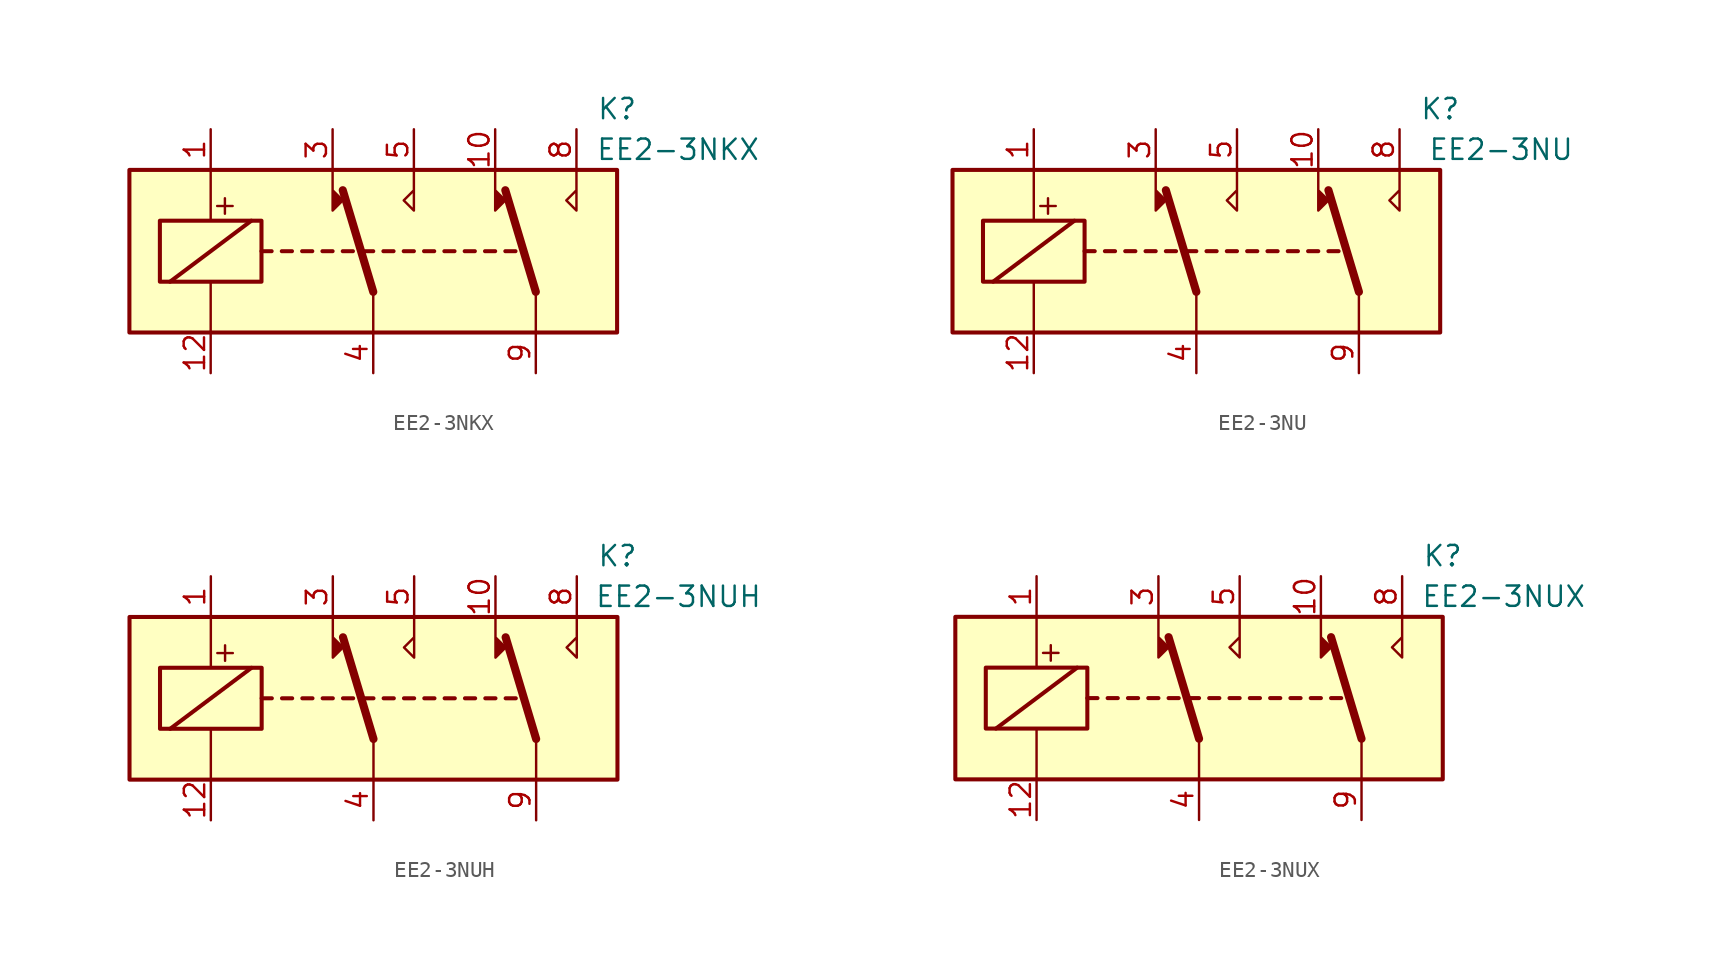
<source format=kicad_sym>
(kicad_symbol_lib
  (version 20201005)
  (generator kicad_symbol_editor)
  (symbol "EE2-3NKX"
    (property "Reference" "K"
      (at 15.24 8.89 0)
      (effects (font (size 1.27 1.27))))
    (property "Value" "EE2-3NKX"
      (at 19.05 6.35 0)
      (effects (font (size 1.27 1.27))))
    (symbol "EE2-3NKX_1_1"
      (text "+" (at -9.271 2.921 0) (effects (font (size 1.27 1.27))))
      (rectangle (start -13.335 1.905) (end -6.985 -1.905) (stroke (width 0.254)) (fill (type none)))
      (rectangle (start -15.24 5.08) (end 15.24 -5.08) (stroke (width 0.254)) (fill (type background)))
      (polyline (pts (xy -12.7 -1.905) (xy -7.62 1.905)) (stroke (width 0.254)) (fill (type none)))
      (polyline (pts (xy -10.16 -5.08) (xy -10.16 -1.905)) (stroke (width 0)) (fill (type none)))
      (polyline (pts (xy -10.16 5.08) (xy -10.16 1.905)) (stroke (width 0)) (fill (type none)))
      (polyline (pts (xy -6.985 0) (xy -6.35 0)) (stroke (width 0.254)) (fill (type none)))
      (polyline (pts (xy -5.715 0) (xy -5.08 0)) (stroke (width 0.254)) (fill (type none)))
      (polyline (pts (xy -4.445 0) (xy -3.81 0)) (stroke (width 0.254)) (fill (type none)))
      (polyline (pts (xy -3.175 0) (xy -2.54 0)) (stroke (width 0.254)) (fill (type none)))
      (polyline (pts (xy -1.905 0) (xy -1.27 0)) (stroke (width 0.254)) (fill (type none)))
      (polyline (pts (xy -0.635 0) (xy 0 0)) (stroke (width 0.254)) (fill (type none)))
      (polyline (pts (xy 0 -2.54) (xy -1.905 3.81)) (stroke (width 0.508)) (fill (type none)))
      (polyline (pts (xy 0 -2.54) (xy 0 -5.08)) (stroke (width 0)) (fill (type none)))
      (polyline (pts (xy 0.635 0) (xy 1.27 0)) (stroke (width 0.254)) (fill (type none)))
      (polyline (pts (xy 1.905 0) (xy 2.54 0)) (stroke (width 0.254)) (fill (type none)))
      (polyline (pts (xy 3.175 0) (xy 3.81 0)) (stroke (width 0.254)) (fill (type none)))
      (polyline (pts (xy 4.445 0) (xy 5.08 0)) (stroke (width 0.254)) (fill (type none)))
      (polyline (pts (xy 5.715 0) (xy 6.35 0)) (stroke (width 0.254)) (fill (type none)))
      (polyline (pts (xy 6.985 0) (xy 7.62 0)) (stroke (width 0.254)) (fill (type none)))
      (polyline (pts (xy 8.255 0) (xy 8.89 0)) (stroke (width 0.254)) (fill (type none)))
      (polyline (pts (xy 10.16 -2.54) (xy 8.255 3.81)) (stroke (width 0.508)) (fill (type none)))
      (polyline (pts (xy 10.16 -2.54) (xy 10.16 -5.08)) (stroke (width 0)) (fill (type none)))
      (polyline (pts (xy 2.54 5.08) (xy 2.54 2.54) (xy 1.905 3.175) (xy 2.54 3.81)) (stroke (width 0)) (fill (type none)))
      (polyline (pts (xy 12.7 5.08) (xy 12.7 2.54) (xy 12.065 3.175) (xy 12.7 3.81)) (stroke (width 0)) (fill (type none)))
      (polyline (pts (xy -2.54 5.08) (xy -2.54 2.54) (xy -1.905 3.175) (xy -2.54 3.81)) (stroke (width 0)) (fill (type outline)))
      (polyline (pts (xy 7.62 5.08) (xy 7.62 2.54) (xy 8.255 3.175) (xy 7.62 3.81)) (stroke (width 0)) (fill (type outline)))
      (pin passive line (at -10.16 7.62 270) (length 2.54) (name "~" (effects (font (size 1.27 1.27)))) (number "1" (effects (font (size 1.27 1.27)))))
      (pin passive line (at 7.62 7.62 270) (length 2.54) (name "~" (effects (font (size 1.27 1.27)))) (number "10" (effects (font (size 1.27 1.27)))))
      (pin passive line (at -10.16 -7.62 90) (length 2.54) (name "~" (effects (font (size 1.27 1.27)))) (number "12" (effects (font (size 1.27 1.27)))))
      (pin passive line (at -2.54 7.62 270) (length 2.54) (name "~" (effects (font (size 1.27 1.27)))) (number "3" (effects (font (size 1.27 1.27)))))
      (pin passive line (at 0 -7.62 90) (length 2.54) (name "~" (effects (font (size 1.27 1.27)))) (number "4" (effects (font (size 1.27 1.27)))))
      (pin passive line (at 2.54 7.62 270) (length 2.54) (name "~" (effects (font (size 1.27 1.27)))) (number "5" (effects (font (size 1.27 1.27)))))
      (pin passive line (at 12.7 7.62 270) (length 2.54) (name "~" (effects (font (size 1.27 1.27)))) (number "8" (effects (font (size 1.27 1.27)))))
      (pin passive line (at 10.16 -7.62 90) (length 2.54) (name "~" (effects (font (size 1.27 1.27)))) (number "9" (effects (font (size 1.27 1.27)))))))
  (symbol "EE2-3NU"
    (property "Reference" "K"
      (at 15.24 8.89 0)
      (effects (font (size 1.27 1.27))))
    (property "Value" "EE2-3NU"
      (at 19.05 6.35 0)
      (effects (font (size 1.27 1.27))))
    (symbol "EE2-3NU_1_1"
      (text "+" (at -9.271 2.921 0) (effects (font (size 1.27 1.27))))
      (rectangle (start -13.335 1.905) (end -6.985 -1.905) (stroke (width 0.254)) (fill (type none)))
      (rectangle (start -15.24 5.08) (end 15.24 -5.08) (stroke (width 0.254)) (fill (type background)))
      (polyline (pts (xy -12.7 -1.905) (xy -7.62 1.905)) (stroke (width 0.254)) (fill (type none)))
      (polyline (pts (xy -10.16 -5.08) (xy -10.16 -1.905)) (stroke (width 0)) (fill (type none)))
      (polyline (pts (xy -10.16 5.08) (xy -10.16 1.905)) (stroke (width 0)) (fill (type none)))
      (polyline (pts (xy -6.985 0) (xy -6.35 0)) (stroke (width 0.254)) (fill (type none)))
      (polyline (pts (xy -5.715 0) (xy -5.08 0)) (stroke (width 0.254)) (fill (type none)))
      (polyline (pts (xy -4.445 0) (xy -3.81 0)) (stroke (width 0.254)) (fill (type none)))
      (polyline (pts (xy -3.175 0) (xy -2.54 0)) (stroke (width 0.254)) (fill (type none)))
      (polyline (pts (xy -1.905 0) (xy -1.27 0)) (stroke (width 0.254)) (fill (type none)))
      (polyline (pts (xy -0.635 0) (xy 0 0)) (stroke (width 0.254)) (fill (type none)))
      (polyline (pts (xy 0 -2.54) (xy -1.905 3.81)) (stroke (width 0.508)) (fill (type none)))
      (polyline (pts (xy 0 -2.54) (xy 0 -5.08)) (stroke (width 0)) (fill (type none)))
      (polyline (pts (xy 0.635 0) (xy 1.27 0)) (stroke (width 0.254)) (fill (type none)))
      (polyline (pts (xy 1.905 0) (xy 2.54 0)) (stroke (width 0.254)) (fill (type none)))
      (polyline (pts (xy 3.175 0) (xy 3.81 0)) (stroke (width 0.254)) (fill (type none)))
      (polyline (pts (xy 4.445 0) (xy 5.08 0)) (stroke (width 0.254)) (fill (type none)))
      (polyline (pts (xy 5.715 0) (xy 6.35 0)) (stroke (width 0.254)) (fill (type none)))
      (polyline (pts (xy 6.985 0) (xy 7.62 0)) (stroke (width 0.254)) (fill (type none)))
      (polyline (pts (xy 8.255 0) (xy 8.89 0)) (stroke (width 0.254)) (fill (type none)))
      (polyline (pts (xy 10.16 -2.54) (xy 8.255 3.81)) (stroke (width 0.508)) (fill (type none)))
      (polyline (pts (xy 10.16 -2.54) (xy 10.16 -5.08)) (stroke (width 0)) (fill (type none)))
      (polyline (pts (xy 2.54 5.08) (xy 2.54 2.54) (xy 1.905 3.175) (xy 2.54 3.81)) (stroke (width 0)) (fill (type none)))
      (polyline (pts (xy 12.7 5.08) (xy 12.7 2.54) (xy 12.065 3.175) (xy 12.7 3.81)) (stroke (width 0)) (fill (type none)))
      (polyline (pts (xy -2.54 5.08) (xy -2.54 2.54) (xy -1.905 3.175) (xy -2.54 3.81)) (stroke (width 0)) (fill (type outline)))
      (polyline (pts (xy 7.62 5.08) (xy 7.62 2.54) (xy 8.255 3.175) (xy 7.62 3.81)) (stroke (width 0)) (fill (type outline)))
      (pin passive line (at -10.16 7.62 270) (length 2.54) (name "~" (effects (font (size 1.27 1.27)))) (number "1" (effects (font (size 1.27 1.27)))))
      (pin passive line (at 7.62 7.62 270) (length 2.54) (name "~" (effects (font (size 1.27 1.27)))) (number "10" (effects (font (size 1.27 1.27)))))
      (pin passive line (at -10.16 -7.62 90) (length 2.54) (name "~" (effects (font (size 1.27 1.27)))) (number "12" (effects (font (size 1.27 1.27)))))
      (pin passive line (at -2.54 7.62 270) (length 2.54) (name "~" (effects (font (size 1.27 1.27)))) (number "3" (effects (font (size 1.27 1.27)))))
      (pin passive line (at 0 -7.62 90) (length 2.54) (name "~" (effects (font (size 1.27 1.27)))) (number "4" (effects (font (size 1.27 1.27)))))
      (pin passive line (at 2.54 7.62 270) (length 2.54) (name "~" (effects (font (size 1.27 1.27)))) (number "5" (effects (font (size 1.27 1.27)))))
      (pin passive line (at 12.7 7.62 270) (length 2.54) (name "~" (effects (font (size 1.27 1.27)))) (number "8" (effects (font (size 1.27 1.27)))))
      (pin passive line (at 10.16 -7.62 90) (length 2.54) (name "~" (effects (font (size 1.27 1.27)))) (number "9" (effects (font (size 1.27 1.27)))))))
  (symbol "EE2-3NUH"
    (property "Reference" "K"
      (at 15.24 8.89 0)
      (effects (font (size 1.27 1.27))))
    (property "Value" "EE2-3NUH"
      (at 19.05 6.35 0)
      (effects (font (size 1.27 1.27))))
    (symbol "EE2-3NUH_1_1"
      (text "+" (at -9.271 2.921 0) (effects (font (size 1.27 1.27))))
      (rectangle (start -13.335 1.905) (end -6.985 -1.905) (stroke (width 0.254)) (fill (type none)))
      (rectangle (start -15.24 5.08) (end 15.24 -5.08) (stroke (width 0.254)) (fill (type background)))
      (polyline (pts (xy -12.7 -1.905) (xy -7.62 1.905)) (stroke (width 0.254)) (fill (type none)))
      (polyline (pts (xy -10.16 -5.08) (xy -10.16 -1.905)) (stroke (width 0)) (fill (type none)))
      (polyline (pts (xy -10.16 5.08) (xy -10.16 1.905)) (stroke (width 0)) (fill (type none)))
      (polyline (pts (xy -6.985 0) (xy -6.35 0)) (stroke (width 0.254)) (fill (type none)))
      (polyline (pts (xy -5.715 0) (xy -5.08 0)) (stroke (width 0.254)) (fill (type none)))
      (polyline (pts (xy -4.445 0) (xy -3.81 0)) (stroke (width 0.254)) (fill (type none)))
      (polyline (pts (xy -3.175 0) (xy -2.54 0)) (stroke (width 0.254)) (fill (type none)))
      (polyline (pts (xy -1.905 0) (xy -1.27 0)) (stroke (width 0.254)) (fill (type none)))
      (polyline (pts (xy -0.635 0) (xy 0 0)) (stroke (width 0.254)) (fill (type none)))
      (polyline (pts (xy 0 -2.54) (xy -1.905 3.81)) (stroke (width 0.508)) (fill (type none)))
      (polyline (pts (xy 0 -2.54) (xy 0 -5.08)) (stroke (width 0)) (fill (type none)))
      (polyline (pts (xy 0.635 0) (xy 1.27 0)) (stroke (width 0.254)) (fill (type none)))
      (polyline (pts (xy 1.905 0) (xy 2.54 0)) (stroke (width 0.254)) (fill (type none)))
      (polyline (pts (xy 3.175 0) (xy 3.81 0)) (stroke (width 0.254)) (fill (type none)))
      (polyline (pts (xy 4.445 0) (xy 5.08 0)) (stroke (width 0.254)) (fill (type none)))
      (polyline (pts (xy 5.715 0) (xy 6.35 0)) (stroke (width 0.254)) (fill (type none)))
      (polyline (pts (xy 6.985 0) (xy 7.62 0)) (stroke (width 0.254)) (fill (type none)))
      (polyline (pts (xy 8.255 0) (xy 8.89 0)) (stroke (width 0.254)) (fill (type none)))
      (polyline (pts (xy 10.16 -2.54) (xy 8.255 3.81)) (stroke (width 0.508)) (fill (type none)))
      (polyline (pts (xy 10.16 -2.54) (xy 10.16 -5.08)) (stroke (width 0)) (fill (type none)))
      (polyline (pts (xy 2.54 5.08) (xy 2.54 2.54) (xy 1.905 3.175) (xy 2.54 3.81)) (stroke (width 0)) (fill (type none)))
      (polyline (pts (xy 12.7 5.08) (xy 12.7 2.54) (xy 12.065 3.175) (xy 12.7 3.81)) (stroke (width 0)) (fill (type none)))
      (polyline (pts (xy -2.54 5.08) (xy -2.54 2.54) (xy -1.905 3.175) (xy -2.54 3.81)) (stroke (width 0)) (fill (type outline)))
      (polyline (pts (xy 7.62 5.08) (xy 7.62 2.54) (xy 8.255 3.175) (xy 7.62 3.81)) (stroke (width 0)) (fill (type outline)))
      (pin passive line (at -10.16 7.62 270) (length 2.54) (name "~" (effects (font (size 1.27 1.27)))) (number "1" (effects (font (size 1.27 1.27)))))
      (pin passive line (at 7.62 7.62 270) (length 2.54) (name "~" (effects (font (size 1.27 1.27)))) (number "10" (effects (font (size 1.27 1.27)))))
      (pin passive line (at -10.16 -7.62 90) (length 2.54) (name "~" (effects (font (size 1.27 1.27)))) (number "12" (effects (font (size 1.27 1.27)))))
      (pin passive line (at -2.54 7.62 270) (length 2.54) (name "~" (effects (font (size 1.27 1.27)))) (number "3" (effects (font (size 1.27 1.27)))))
      (pin passive line (at 0 -7.62 90) (length 2.54) (name "~" (effects (font (size 1.27 1.27)))) (number "4" (effects (font (size 1.27 1.27)))))
      (pin passive line (at 2.54 7.62 270) (length 2.54) (name "~" (effects (font (size 1.27 1.27)))) (number "5" (effects (font (size 1.27 1.27)))))
      (pin passive line (at 12.7 7.62 270) (length 2.54) (name "~" (effects (font (size 1.27 1.27)))) (number "8" (effects (font (size 1.27 1.27)))))
      (pin passive line (at 10.16 -7.62 90) (length 2.54) (name "~" (effects (font (size 1.27 1.27)))) (number "9" (effects (font (size 1.27 1.27)))))))
  (symbol "EE2-3NUX"
    (property "Reference" "K"
      (at 15.24 8.89 0)
      (effects (font (size 1.27 1.27))))
    (property "Value" "EE2-3NUX"
      (at 19.05 6.35 0)
      (effects (font (size 1.27 1.27))))
    (symbol "EE2-3NUX_1_1"
      (text "+" (at -9.271 2.921 0) (effects (font (size 1.27 1.27))))
      (rectangle (start -13.335 1.905) (end -6.985 -1.905) (stroke (width 0.254)) (fill (type none)))
      (rectangle (start -15.24 5.08) (end 15.24 -5.08) (stroke (width 0.254)) (fill (type background)))
      (polyline (pts (xy -12.7 -1.905) (xy -7.62 1.905)) (stroke (width 0.254)) (fill (type none)))
      (polyline (pts (xy -10.16 -5.08) (xy -10.16 -1.905)) (stroke (width 0)) (fill (type none)))
      (polyline (pts (xy -10.16 5.08) (xy -10.16 1.905)) (stroke (width 0)) (fill (type none)))
      (polyline (pts (xy -6.985 0) (xy -6.35 0)) (stroke (width 0.254)) (fill (type none)))
      (polyline (pts (xy -5.715 0) (xy -5.08 0)) (stroke (width 0.254)) (fill (type none)))
      (polyline (pts (xy -4.445 0) (xy -3.81 0)) (stroke (width 0.254)) (fill (type none)))
      (polyline (pts (xy -3.175 0) (xy -2.54 0)) (stroke (width 0.254)) (fill (type none)))
      (polyline (pts (xy -1.905 0) (xy -1.27 0)) (stroke (width 0.254)) (fill (type none)))
      (polyline (pts (xy -0.635 0) (xy 0 0)) (stroke (width 0.254)) (fill (type none)))
      (polyline (pts (xy 0 -2.54) (xy -1.905 3.81)) (stroke (width 0.508)) (fill (type none)))
      (polyline (pts (xy 0 -2.54) (xy 0 -5.08)) (stroke (width 0)) (fill (type none)))
      (polyline (pts (xy 0.635 0) (xy 1.27 0)) (stroke (width 0.254)) (fill (type none)))
      (polyline (pts (xy 1.905 0) (xy 2.54 0)) (stroke (width 0.254)) (fill (type none)))
      (polyline (pts (xy 3.175 0) (xy 3.81 0)) (stroke (width 0.254)) (fill (type none)))
      (polyline (pts (xy 4.445 0) (xy 5.08 0)) (stroke (width 0.254)) (fill (type none)))
      (polyline (pts (xy 5.715 0) (xy 6.35 0)) (stroke (width 0.254)) (fill (type none)))
      (polyline (pts (xy 6.985 0) (xy 7.62 0)) (stroke (width 0.254)) (fill (type none)))
      (polyline (pts (xy 8.255 0) (xy 8.89 0)) (stroke (width 0.254)) (fill (type none)))
      (polyline (pts (xy 10.16 -2.54) (xy 8.255 3.81)) (stroke (width 0.508)) (fill (type none)))
      (polyline (pts (xy 10.16 -2.54) (xy 10.16 -5.08)) (stroke (width 0)) (fill (type none)))
      (polyline (pts (xy 2.54 5.08) (xy 2.54 2.54) (xy 1.905 3.175) (xy 2.54 3.81)) (stroke (width 0)) (fill (type none)))
      (polyline (pts (xy 12.7 5.08) (xy 12.7 2.54) (xy 12.065 3.175) (xy 12.7 3.81)) (stroke (width 0)) (fill (type none)))
      (polyline (pts (xy -2.54 5.08) (xy -2.54 2.54) (xy -1.905 3.175) (xy -2.54 3.81)) (stroke (width 0)) (fill (type outline)))
      (polyline (pts (xy 7.62 5.08) (xy 7.62 2.54) (xy 8.255 3.175) (xy 7.62 3.81)) (stroke (width 0)) (fill (type outline)))
      (pin passive line (at -10.16 7.62 270) (length 2.54) (name "~" (effects (font (size 1.27 1.27)))) (number "1" (effects (font (size 1.27 1.27)))))
      (pin passive line (at 7.62 7.62 270) (length 2.54) (name "~" (effects (font (size 1.27 1.27)))) (number "10" (effects (font (size 1.27 1.27)))))
      (pin passive line (at -10.16 -7.62 90) (length 2.54) (name "~" (effects (font (size 1.27 1.27)))) (number "12" (effects (font (size 1.27 1.27)))))
      (pin passive line (at -2.54 7.62 270) (length 2.54) (name "~" (effects (font (size 1.27 1.27)))) (number "3" (effects (font (size 1.27 1.27)))))
      (pin passive line (at 0 -7.62 90) (length 2.54) (name "~" (effects (font (size 1.27 1.27)))) (number "4" (effects (font (size 1.27 1.27)))))
      (pin passive line (at 2.54 7.62 270) (length 2.54) (name "~" (effects (font (size 1.27 1.27)))) (number "5" (effects (font (size 1.27 1.27)))))
      (pin passive line (at 12.7 7.62 270) (length 2.54) (name "~" (effects (font (size 1.27 1.27)))) (number "8" (effects (font (size 1.27 1.27)))))
      (pin passive line (at 10.16 -7.62 90) (length 2.54) (name "~" (effects (font (size 1.27 1.27)))) (number "9" (effects (font (size 1.27 1.27))))))))
</source>
